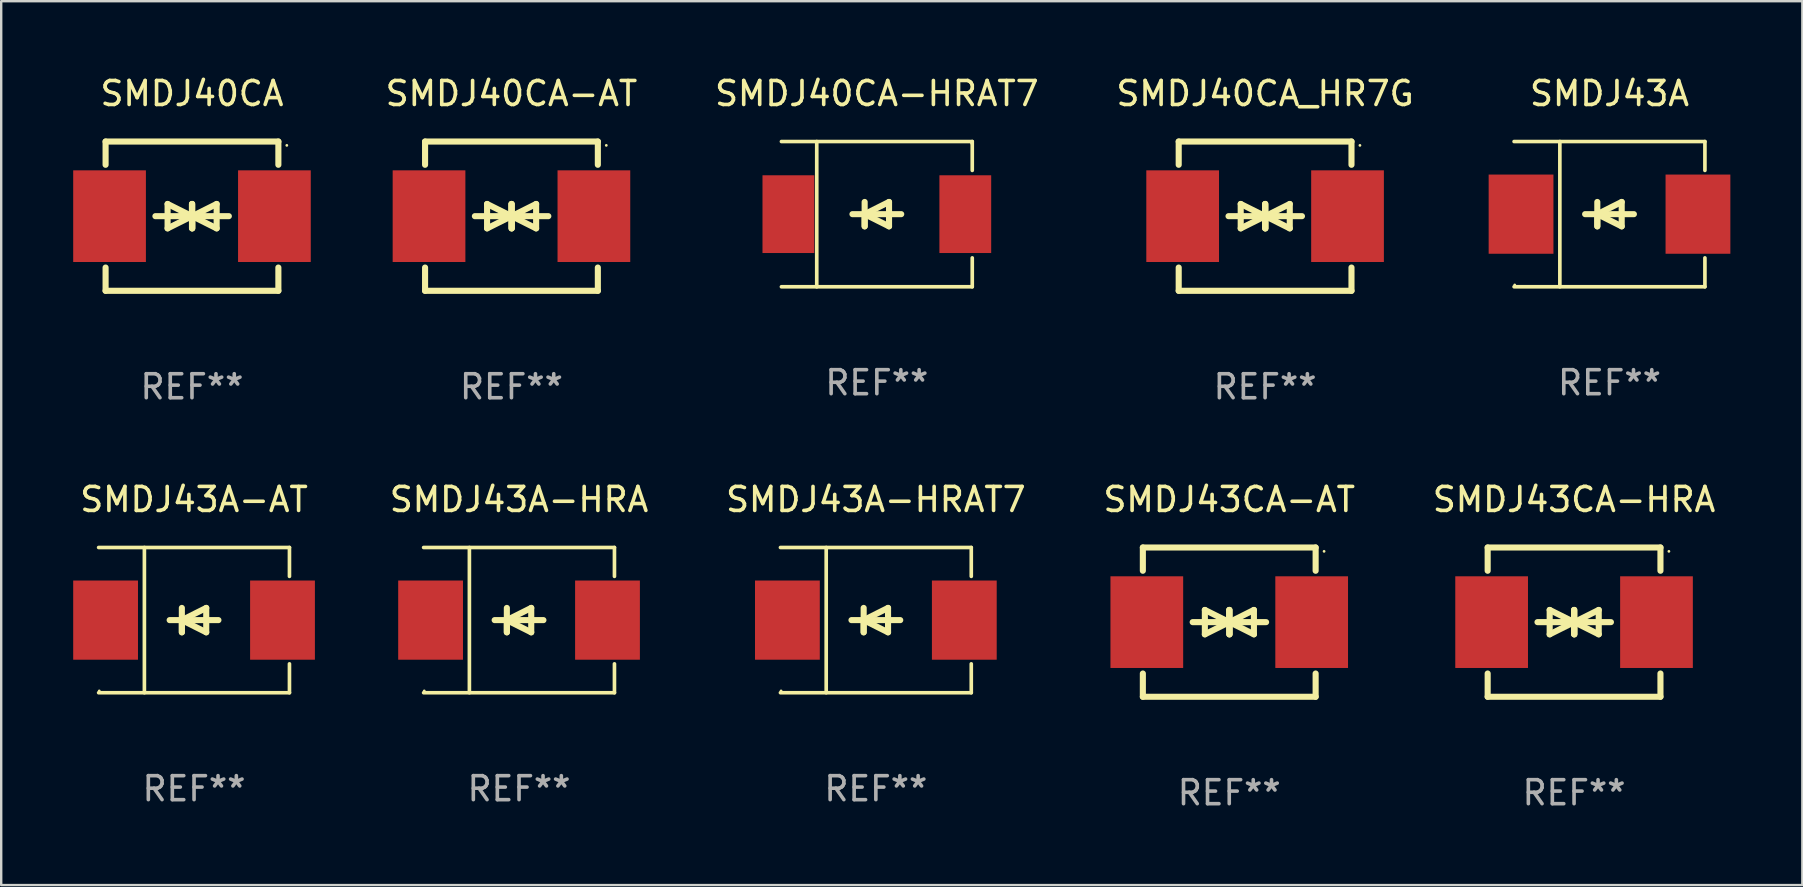
<source format=kicad_pcb>
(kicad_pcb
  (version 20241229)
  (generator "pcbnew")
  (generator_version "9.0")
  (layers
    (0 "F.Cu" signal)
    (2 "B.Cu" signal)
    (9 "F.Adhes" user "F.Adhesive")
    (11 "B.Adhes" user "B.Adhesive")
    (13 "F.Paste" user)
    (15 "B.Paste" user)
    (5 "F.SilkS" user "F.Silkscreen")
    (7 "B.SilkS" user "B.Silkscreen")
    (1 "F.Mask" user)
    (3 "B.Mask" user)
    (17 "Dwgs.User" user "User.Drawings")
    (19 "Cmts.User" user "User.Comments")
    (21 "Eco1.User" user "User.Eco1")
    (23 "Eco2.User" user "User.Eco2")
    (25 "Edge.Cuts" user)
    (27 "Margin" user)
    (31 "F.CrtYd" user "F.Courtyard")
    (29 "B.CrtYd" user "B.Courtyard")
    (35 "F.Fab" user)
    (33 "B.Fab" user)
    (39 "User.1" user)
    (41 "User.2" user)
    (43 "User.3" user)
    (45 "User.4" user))
  (footprint "SMDJ40CA-AT"
    (layer "F.Cu")
    (at 18.263 5.958)
    (property "Reference" "SMDJ40CA-AT" (at 0 -5.11 0) (layer "F.SilkS") (effects (font (size 1 1) (thickness 0.15))))
    (attr through_hole)
    (fp_line (start -3.6 -2.141) (end -3.6 -3.11) (stroke (width 0.254) (type solid)) (layer "F.SilkS"))
    (fp_line (start -3.6 3.11) (end -3.6 2.141) (stroke (width 0.254) (type solid)) (layer "F.SilkS"))
    (fp_line (start -1.524 0) (end 0.508 0) (stroke (width 0.254) (type solid)) (layer "F.SilkS"))
    (fp_line (start -1.016 -0.508) (end -1.016 0.508) (stroke (width 0.254) (type solid)) (layer "F.SilkS"))
    (fp_line (start -1.016 0.508) (end 0 0) (stroke (width 0.254) (type solid)) (layer "F.SilkS"))
    (fp_line (start 0 -0.508) (end 0 0.508) (stroke (width 0.254) (type solid)) (layer "F.SilkS"))
    (fp_line (start 0 0) (end -1.016 -0.508) (stroke (width 0.254) (type solid)) (layer "F.SilkS"))
    (fp_line (start 0 0) (end 0 -0.508) (stroke (width 0.254) (type solid)) (layer "F.SilkS"))
    (fp_line (start 0.012 0) (end 0.012 0.508) (stroke (width 0.254) (type solid)) (layer "F.SilkS"))
    (fp_line (start 0.012 0) (end 1.028 0.508) (stroke (width 0.254) (type solid)) (layer "F.SilkS"))
    (fp_line (start 0.012 0.508) (end 0.012 -0.508) (stroke (width 0.254) (type solid)) (layer "F.SilkS"))
    (fp_line (start 1.028 -0.508) (end 0.012 0) (stroke (width 0.254) (type solid)) (layer "F.SilkS"))
    (fp_line (start 1.028 0.508) (end 1.028 -0.508) (stroke (width 0.254) (type solid)) (layer "F.SilkS"))
    (fp_line (start 1.536 0) (end -0.496 0) (stroke (width 0.254) (type solid)) (layer "F.SilkS"))
    (fp_line (start 3.6 -3.11) (end -3.6 -3.11) (stroke (width 0.254) (type solid)) (layer "F.SilkS"))
    (fp_line (start 3.6 -2.141) (end 3.6 -3.11) (stroke (width 0.254) (type solid)) (layer "F.SilkS"))
    (fp_line (start 3.6 3.11) (end -3.6 3.11) (stroke (width 0.254) (type solid)) (layer "F.SilkS"))
    (fp_line (start 3.6 3.11) (end 3.6 2.141) (stroke (width 0.254) (type solid)) (layer "F.SilkS"))
    (fp_circle (center 3.952 -2.95) (end 3.982 -2.95) (stroke (width 0.06) (type solid)) (fill no) (layer "F.SilkS"))
    (fp_text user "REF**" (at 0 7.11 0) (layer "F.Fab") (effects (font (size 1 1) (thickness 0.15))))
    (pad "1" smd rect (at 3.435 0) (size 3.03 3.82) (layers "F.Cu" "F.Mask" "F.Paste"))
    (pad "2" smd rect (at -3.435 0) (size 3.03 3.82) (layers "F.Cu" "F.Mask" "F.Paste")))
  (footprint "SMDJ43CA-HRA"
    (layer "F.Cu")
    (at 62.543 22.875)
    (property "Reference" "SMDJ43CA-HRA" (at 0 -5.11 0) (layer "F.SilkS") (effects (font (size 1 1) (thickness 0.15))))
    (attr through_hole)
    (fp_line (start -3.6 -2.141) (end -3.6 -3.11) (stroke (width 0.254) (type solid)) (layer "F.SilkS"))
    (fp_line (start -3.6 3.11) (end -3.6 2.141) (stroke (width 0.254) (type solid)) (layer "F.SilkS"))
    (fp_line (start -1.524 0) (end 0.508 0) (stroke (width 0.254) (type solid)) (layer "F.SilkS"))
    (fp_line (start -1.016 -0.508) (end -1.016 0.508) (stroke (width 0.254) (type solid)) (layer "F.SilkS"))
    (fp_line (start -1.016 0.508) (end 0 0) (stroke (width 0.254) (type solid)) (layer "F.SilkS"))
    (fp_line (start 0 -0.508) (end 0 0.508) (stroke (width 0.254) (type solid)) (layer "F.SilkS"))
    (fp_line (start 0 0) (end -1.016 -0.508) (stroke (width 0.254) (type solid)) (layer "F.SilkS"))
    (fp_line (start 0 0) (end 0 -0.508) (stroke (width 0.254) (type solid)) (layer "F.SilkS"))
    (fp_line (start 0.012 0) (end 0.012 0.508) (stroke (width 0.254) (type solid)) (layer "F.SilkS"))
    (fp_line (start 0.012 0) (end 1.028 0.508) (stroke (width 0.254) (type solid)) (layer "F.SilkS"))
    (fp_line (start 0.012 0.508) (end 0.012 -0.508) (stroke (width 0.254) (type solid)) (layer "F.SilkS"))
    (fp_line (start 1.028 -0.508) (end 0.012 0) (stroke (width 0.254) (type solid)) (layer "F.SilkS"))
    (fp_line (start 1.028 0.508) (end 1.028 -0.508) (stroke (width 0.254) (type solid)) (layer "F.SilkS"))
    (fp_line (start 1.536 0) (end -0.496 0) (stroke (width 0.254) (type solid)) (layer "F.SilkS"))
    (fp_line (start 3.6 -3.11) (end -3.6 -3.11) (stroke (width 0.254) (type solid)) (layer "F.SilkS"))
    (fp_line (start 3.6 -2.141) (end 3.6 -3.11) (stroke (width 0.254) (type solid)) (layer "F.SilkS"))
    (fp_line (start 3.6 3.11) (end -3.6 3.11) (stroke (width 0.254) (type solid)) (layer "F.SilkS"))
    (fp_line (start 3.6 3.11) (end 3.6 2.141) (stroke (width 0.254) (type solid)) (layer "F.SilkS"))
    (fp_circle (center 3.952 -2.95) (end 3.982 -2.95) (stroke (width 0.06) (type solid)) (fill no) (layer "F.SilkS"))
    (fp_text user "REF**" (at 0 7.11 0) (layer "F.Fab") (effects (font (size 1 1) (thickness 0.15))))
    (pad "1" smd rect (at 3.435 0) (size 3.03 3.82) (layers "F.Cu" "F.Mask" "F.Paste"))
    (pad "2" smd rect (at -3.435 0) (size 3.03 3.82) (layers "F.Cu" "F.Mask" "F.Paste")))
  (footprint "SMDJ40CA_HR7G"
    (layer "F.Cu")
    (at 49.668 5.958)
    (property "Reference" "SMDJ40CA_HR7G" (at 0 -5.11 0) (layer "F.SilkS") (effects (font (size 1 1) (thickness 0.15))))
    (attr through_hole)
    (fp_line (start -3.6 -2.141) (end -3.6 -3.11) (stroke (width 0.254) (type solid)) (layer "F.SilkS"))
    (fp_line (start -3.6 3.11) (end -3.6 2.141) (stroke (width 0.254) (type solid)) (layer "F.SilkS"))
    (fp_line (start -1.524 0) (end 0.508 0) (stroke (width 0.254) (type solid)) (layer "F.SilkS"))
    (fp_line (start -1.016 -0.508) (end -1.016 0.508) (stroke (width 0.254) (type solid)) (layer "F.SilkS"))
    (fp_line (start -1.016 0.508) (end 0 0) (stroke (width 0.254) (type solid)) (layer "F.SilkS"))
    (fp_line (start 0 -0.508) (end 0 0.508) (stroke (width 0.254) (type solid)) (layer "F.SilkS"))
    (fp_line (start 0 0) (end -1.016 -0.508) (stroke (width 0.254) (type solid)) (layer "F.SilkS"))
    (fp_line (start 0 0) (end 0 -0.508) (stroke (width 0.254) (type solid)) (layer "F.SilkS"))
    (fp_line (start 0.012 0) (end 0.012 0.508) (stroke (width 0.254) (type solid)) (layer "F.SilkS"))
    (fp_line (start 0.012 0) (end 1.028 0.508) (stroke (width 0.254) (type solid)) (layer "F.SilkS"))
    (fp_line (start 0.012 0.508) (end 0.012 -0.508) (stroke (width 0.254) (type solid)) (layer "F.SilkS"))
    (fp_line (start 1.028 -0.508) (end 0.012 0) (stroke (width 0.254) (type solid)) (layer "F.SilkS"))
    (fp_line (start 1.028 0.508) (end 1.028 -0.508) (stroke (width 0.254) (type solid)) (layer "F.SilkS"))
    (fp_line (start 1.536 0) (end -0.496 0) (stroke (width 0.254) (type solid)) (layer "F.SilkS"))
    (fp_line (start 3.6 -3.11) (end -3.6 -3.11) (stroke (width 0.254) (type solid)) (layer "F.SilkS"))
    (fp_line (start 3.6 -2.141) (end 3.6 -3.11) (stroke (width 0.254) (type solid)) (layer "F.SilkS"))
    (fp_line (start 3.6 3.11) (end -3.6 3.11) (stroke (width 0.254) (type solid)) (layer "F.SilkS"))
    (fp_line (start 3.6 3.11) (end 3.6 2.141) (stroke (width 0.254) (type solid)) (layer "F.SilkS"))
    (fp_circle (center 3.952 -2.95) (end 3.982 -2.95) (stroke (width 0.06) (type solid)) (fill no) (layer "F.SilkS"))
    (fp_text user "REF**" (at 0 7.11 0) (layer "F.Fab") (effects (font (size 1 1) (thickness 0.15))))
    (pad "1" smd rect (at 3.435 0) (size 3.03 3.82) (layers "F.Cu" "F.Mask" "F.Paste"))
    (pad "2" smd rect (at -3.435 0) (size 3.03 3.82) (layers "F.Cu" "F.Mask" "F.Paste")))
  (footprint "SMDJ43A-HRAT7"
    (layer "F.Cu")
    (at 33.448 22.791)
    (property "Reference" "SMDJ43A-HRAT7" (at 0 -5.026 0) (layer "F.SilkS") (effects (font (size 1 1) (thickness 0.15))))
    (attr through_hole)
    (fp_line (start -3.976 -3.026) (end 3.976 -3.026) (stroke (width 0.152) (type solid)) (layer "F.SilkS"))
    (fp_line (start -3.976 3.026) (end 3.976 3.026) (stroke (width 0.152) (type solid)) (layer "F.SilkS"))
    (fp_line (start -2.069 -3.026) (end -2.069 3.026) (stroke (width 0.152) (type solid)) (layer "F.SilkS"))
    (fp_line (start -0.508 0) (end -0.508 0.508) (stroke (width 0.254) (type solid)) (layer "F.SilkS"))
    (fp_line (start -0.508 0) (end 0.508 0.508) (stroke (width 0.254) (type solid)) (layer "F.SilkS"))
    (fp_line (start -0.508 0.508) (end -0.508 -0.508) (stroke (width 0.254) (type solid)) (layer "F.SilkS"))
    (fp_line (start 0.508 -0.508) (end -0.508 0) (stroke (width 0.254) (type solid)) (layer "F.SilkS"))
    (fp_line (start 0.508 0.508) (end 0.508 -0.508) (stroke (width 0.254) (type solid)) (layer "F.SilkS"))
    (fp_line (start 1.016 0) (end -1.016 0) (stroke (width 0.254) (type solid)) (layer "F.SilkS"))
    (fp_line (start 3.976 -3.026) (end 3.976 -1.823) (stroke (width 0.152) (type solid)) (layer "F.SilkS"))
    (fp_line (start 3.976 3.026) (end 3.976 1.823) (stroke (width 0.152) (type solid)) (layer "F.SilkS"))
    (fp_circle (center -3.95 2.95) (end -3.92 2.95) (stroke (width 0.06) (type solid)) (fill no) (layer "F.SilkS"))
    (fp_text user "REF**" (at 0 7.026 0) (layer "F.Fab") (effects (font (size 1 1) (thickness 0.15))))
    (pad "1" smd rect (at -3.686 0) (size 2.7 3.3) (layers "F.Cu" "F.Mask" "F.Paste"))
    (pad "2" smd rect (at 3.686 0) (size 2.7 3.3) (layers "F.Cu" "F.Mask" "F.Paste")))
  (footprint "SMDJ40CA"
    (layer "F.Cu")
    (at 4.95 5.958)
    (property "Reference" "SMDJ40CA" (at 0 -5.11 0) (layer "F.SilkS") (effects (font (size 1 1) (thickness 0.15))))
    (attr through_hole)
    (fp_line (start -3.6 -2.141) (end -3.6 -3.11) (stroke (width 0.254) (type solid)) (layer "F.SilkS"))
    (fp_line (start -3.6 3.11) (end -3.6 2.141) (stroke (width 0.254) (type solid)) (layer "F.SilkS"))
    (fp_line (start -1.524 0) (end 0.508 0) (stroke (width 0.254) (type solid)) (layer "F.SilkS"))
    (fp_line (start -1.016 -0.508) (end -1.016 0.508) (stroke (width 0.254) (type solid)) (layer "F.SilkS"))
    (fp_line (start -1.016 0.508) (end 0 0) (stroke (width 0.254) (type solid)) (layer "F.SilkS"))
    (fp_line (start 0 -0.508) (end 0 0.508) (stroke (width 0.254) (type solid)) (layer "F.SilkS"))
    (fp_line (start 0 0) (end -1.016 -0.508) (stroke (width 0.254) (type solid)) (layer "F.SilkS"))
    (fp_line (start 0 0) (end 0 -0.508) (stroke (width 0.254) (type solid)) (layer "F.SilkS"))
    (fp_line (start 0.012 0) (end 0.012 0.508) (stroke (width 0.254) (type solid)) (layer "F.SilkS"))
    (fp_line (start 0.012 0) (end 1.028 0.508) (stroke (width 0.254) (type solid)) (layer "F.SilkS"))
    (fp_line (start 0.012 0.508) (end 0.012 -0.508) (stroke (width 0.254) (type solid)) (layer "F.SilkS"))
    (fp_line (start 1.028 -0.508) (end 0.012 0) (stroke (width 0.254) (type solid)) (layer "F.SilkS"))
    (fp_line (start 1.028 0.508) (end 1.028 -0.508) (stroke (width 0.254) (type solid)) (layer "F.SilkS"))
    (fp_line (start 1.536 0) (end -0.496 0) (stroke (width 0.254) (type solid)) (layer "F.SilkS"))
    (fp_line (start 3.6 -3.11) (end -3.6 -3.11) (stroke (width 0.254) (type solid)) (layer "F.SilkS"))
    (fp_line (start 3.6 -2.141) (end 3.6 -3.11) (stroke (width 0.254) (type solid)) (layer "F.SilkS"))
    (fp_line (start 3.6 3.11) (end -3.6 3.11) (stroke (width 0.254) (type solid)) (layer "F.SilkS"))
    (fp_line (start 3.6 3.11) (end 3.6 2.141) (stroke (width 0.254) (type solid)) (layer "F.SilkS"))
    (fp_circle (center 3.952 -2.95) (end 3.982 -2.95) (stroke (width 0.06) (type solid)) (fill no) (layer "F.SilkS"))
    (fp_text user "REF**" (at 0 7.11 0) (layer "F.Fab") (effects (font (size 1 1) (thickness 0.15))))
    (pad "1" smd rect (at 3.435 0) (size 3.03 3.82) (layers "F.Cu" "F.Mask" "F.Paste"))
    (pad "2" smd rect (at -3.435 0) (size 3.03 3.82) (layers "F.Cu" "F.Mask" "F.Paste")))
  (footprint "SMDJ43A-HRA"
    (layer "F.Cu")
    (at 18.579 22.791)
    (property "Reference" "SMDJ43A-HRA" (at 0 -5.026 0) (layer "F.SilkS") (effects (font (size 1 1) (thickness 0.15))))
    (attr through_hole)
    (fp_line (start -3.976 -3.026) (end 3.976 -3.026) (stroke (width 0.152) (type solid)) (layer "F.SilkS"))
    (fp_line (start -3.976 3.026) (end 3.976 3.026) (stroke (width 0.152) (type solid)) (layer "F.SilkS"))
    (fp_line (start -2.069 -3.026) (end -2.069 3.026) (stroke (width 0.152) (type solid)) (layer "F.SilkS"))
    (fp_line (start -0.508 0) (end -0.508 0.508) (stroke (width 0.254) (type solid)) (layer "F.SilkS"))
    (fp_line (start -0.508 0) (end 0.508 0.508) (stroke (width 0.254) (type solid)) (layer "F.SilkS"))
    (fp_line (start -0.508 0.508) (end -0.508 -0.508) (stroke (width 0.254) (type solid)) (layer "F.SilkS"))
    (fp_line (start 0.508 -0.508) (end -0.508 0) (stroke (width 0.254) (type solid)) (layer "F.SilkS"))
    (fp_line (start 0.508 0.508) (end 0.508 -0.508) (stroke (width 0.254) (type solid)) (layer "F.SilkS"))
    (fp_line (start 1.016 0) (end -1.016 0) (stroke (width 0.254) (type solid)) (layer "F.SilkS"))
    (fp_line (start 3.976 -3.026) (end 3.976 -1.823) (stroke (width 0.152) (type solid)) (layer "F.SilkS"))
    (fp_line (start 3.976 3.026) (end 3.976 1.823) (stroke (width 0.152) (type solid)) (layer "F.SilkS"))
    (fp_circle (center -3.95 2.95) (end -3.92 2.95) (stroke (width 0.06) (type solid)) (fill no) (layer "F.SilkS"))
    (fp_text user "REF**" (at 0 7.026 0) (layer "F.Fab") (effects (font (size 1 1) (thickness 0.15))))
    (pad "1" smd rect (at -3.686 0) (size 2.7 3.3) (layers "F.Cu" "F.Mask" "F.Paste"))
    (pad "2" smd rect (at 3.686 0) (size 2.7 3.3) (layers "F.Cu" "F.Mask" "F.Paste")))
  (footprint "SMDJ43A"
    (layer "F.Cu")
    (at 64.02 5.874)
    (property "Reference" "SMDJ43A" (at 0 -5.026 0) (layer "F.SilkS") (effects (font (size 1 1) (thickness 0.15))))
    (attr through_hole)
    (fp_line (start -3.976 -3.026) (end 3.976 -3.026) (stroke (width 0.152) (type solid)) (layer "F.SilkS"))
    (fp_line (start -3.976 3.026) (end 3.976 3.026) (stroke (width 0.152) (type solid)) (layer "F.SilkS"))
    (fp_line (start -2.069 -3.026) (end -2.069 3.026) (stroke (width 0.152) (type solid)) (layer "F.SilkS"))
    (fp_line (start -0.508 0) (end -0.508 0.508) (stroke (width 0.254) (type solid)) (layer "F.SilkS"))
    (fp_line (start -0.508 0) (end 0.508 0.508) (stroke (width 0.254) (type solid)) (layer "F.SilkS"))
    (fp_line (start -0.508 0.508) (end -0.508 -0.508) (stroke (width 0.254) (type solid)) (layer "F.SilkS"))
    (fp_line (start 0.508 -0.508) (end -0.508 0) (stroke (width 0.254) (type solid)) (layer "F.SilkS"))
    (fp_line (start 0.508 0.508) (end 0.508 -0.508) (stroke (width 0.254) (type solid)) (layer "F.SilkS"))
    (fp_line (start 1.016 0) (end -1.016 0) (stroke (width 0.254) (type solid)) (layer "F.SilkS"))
    (fp_line (start 3.976 -3.026) (end 3.976 -1.823) (stroke (width 0.152) (type solid)) (layer "F.SilkS"))
    (fp_line (start 3.976 3.026) (end 3.976 1.823) (stroke (width 0.152) (type solid)) (layer "F.SilkS"))
    (fp_circle (center -3.95 2.95) (end -3.92 2.95) (stroke (width 0.06) (type solid)) (fill no) (layer "F.SilkS"))
    (fp_text user "REF**" (at 0 7.026 0) (layer "F.Fab") (effects (font (size 1 1) (thickness 0.15))))
    (pad "1" smd rect (at -3.686 0) (size 2.7 3.3) (layers "F.Cu" "F.Mask" "F.Paste"))
    (pad "2" smd rect (at 3.686 0) (size 2.7 3.3) (layers "F.Cu" "F.Mask" "F.Paste")))
  (footprint "SMDJ40CA-HRAT7"
    (layer "F.Cu")
    (at 33.489 5.874)
    (property "Reference" "SMDJ40CA-HRAT7" (at 0 -5.026 0) (layer "F.SilkS") (effects (font (size 1 1) (thickness 0.15))))
    (attr through_hole)
    (fp_line (start -3.976 -3.026) (end 3.976 -3.026) (stroke (width 0.152) (type solid)) (layer "F.SilkS"))
    (fp_line (start -3.976 3.026) (end 3.976 3.026) (stroke (width 0.152) (type solid)) (layer "F.SilkS"))
    (fp_line (start -2.504 -3.026) (end -2.504 3.026) (stroke (width 0.152) (type solid)) (layer "F.SilkS"))
    (fp_line (start -0.508 0) (end -0.508 0.508) (stroke (width 0.254) (type solid)) (layer "F.SilkS"))
    (fp_line (start -0.508 0) (end 0.508 0.508) (stroke (width 0.254) (type solid)) (layer "F.SilkS"))
    (fp_line (start -0.508 0.508) (end -0.508 -0.508) (stroke (width 0.254) (type solid)) (layer "F.SilkS"))
    (fp_line (start 0.508 -0.508) (end -0.508 0) (stroke (width 0.254) (type solid)) (layer "F.SilkS"))
    (fp_line (start 0.508 0.508) (end 0.508 -0.508) (stroke (width 0.254) (type solid)) (layer "F.SilkS"))
    (fp_line (start 1.016 0) (end -1.016 0) (stroke (width 0.254) (type solid)) (layer "F.SilkS"))
    (fp_line (start 3.976 -3.026) (end 3.976 -1.823) (stroke (width 0.152) (type solid)) (layer "F.SilkS"))
    (fp_line (start 3.976 3.026) (end 3.976 1.823) (stroke (width 0.152) (type solid)) (layer "F.SilkS"))
    (fp_circle (center 3.95 -2.95) (end 3.98 -2.95) (stroke (width 0.06) (type solid)) (fill no) (layer "F.SilkS"))
    (fp_text user "REF**" (at 0 7.026 0) (layer "F.Fab") (effects (font (size 1 1) (thickness 0.15))))
    (pad "1" smd rect (at 3.686 0 180) (size 2.158 3.24) (layers "F.Cu" "F.Mask" "F.Paste"))
    (pad "2" smd rect (at -3.686 0 180) (size 2.158 3.24) (layers "F.Cu" "F.Mask" "F.Paste")))
  (footprint "SMDJ43A-AT"
    (layer "F.Cu")
    (at 5.036 22.791)
    (property "Reference" "SMDJ43A-AT" (at 0 -5.026 0) (layer "F.SilkS") (effects (font (size 1 1) (thickness 0.15))))
    (attr through_hole)
    (fp_line (start -3.976 -3.026) (end 3.976 -3.026) (stroke (width 0.152) (type solid)) (layer "F.SilkS"))
    (fp_line (start -3.976 3.026) (end 3.976 3.026) (stroke (width 0.152) (type solid)) (layer "F.SilkS"))
    (fp_line (start -2.069 -3.026) (end -2.069 3.026) (stroke (width 0.152) (type solid)) (layer "F.SilkS"))
    (fp_line (start -0.508 0) (end -0.508 0.508) (stroke (width 0.254) (type solid)) (layer "F.SilkS"))
    (fp_line (start -0.508 0) (end 0.508 0.508) (stroke (width 0.254) (type solid)) (layer "F.SilkS"))
    (fp_line (start -0.508 0.508) (end -0.508 -0.508) (stroke (width 0.254) (type solid)) (layer "F.SilkS"))
    (fp_line (start 0.508 -0.508) (end -0.508 0) (stroke (width 0.254) (type solid)) (layer "F.SilkS"))
    (fp_line (start 0.508 0.508) (end 0.508 -0.508) (stroke (width 0.254) (type solid)) (layer "F.SilkS"))
    (fp_line (start 1.016 0) (end -1.016 0) (stroke (width 0.254) (type solid)) (layer "F.SilkS"))
    (fp_line (start 3.976 -3.026) (end 3.976 -1.823) (stroke (width 0.152) (type solid)) (layer "F.SilkS"))
    (fp_line (start 3.976 3.026) (end 3.976 1.823) (stroke (width 0.152) (type solid)) (layer "F.SilkS"))
    (fp_circle (center -3.95 2.95) (end -3.92 2.95) (stroke (width 0.06) (type solid)) (fill no) (layer "F.SilkS"))
    (fp_text user "REF**" (at 0 7.026 0) (layer "F.Fab") (effects (font (size 1 1) (thickness 0.15))))
    (pad "1" smd rect (at -3.686 0) (size 2.7 3.3) (layers "F.Cu" "F.Mask" "F.Paste"))
    (pad "2" smd rect (at 3.686 0) (size 2.7 3.3) (layers "F.Cu" "F.Mask" "F.Paste")))
  (footprint "SMDJ43CA-AT"
    (layer "F.Cu")
    (at 48.174 22.875)
    (property "Reference" "SMDJ43CA-AT" (at 0 -5.11 0) (layer "F.SilkS") (effects (font (size 1 1) (thickness 0.15))))
    (attr through_hole)
    (fp_line (start -3.6 -2.141) (end -3.6 -3.11) (stroke (width 0.254) (type solid)) (layer "F.SilkS"))
    (fp_line (start -3.6 3.11) (end -3.6 2.141) (stroke (width 0.254) (type solid)) (layer "F.SilkS"))
    (fp_line (start -1.524 0) (end 0.508 0) (stroke (width 0.254) (type solid)) (layer "F.SilkS"))
    (fp_line (start -1.016 -0.508) (end -1.016 0.508) (stroke (width 0.254) (type solid)) (layer "F.SilkS"))
    (fp_line (start -1.016 0.508) (end 0 0) (stroke (width 0.254) (type solid)) (layer "F.SilkS"))
    (fp_line (start 0 -0.508) (end 0 0.508) (stroke (width 0.254) (type solid)) (layer "F.SilkS"))
    (fp_line (start 0 0) (end -1.016 -0.508) (stroke (width 0.254) (type solid)) (layer "F.SilkS"))
    (fp_line (start 0 0) (end 0 -0.508) (stroke (width 0.254) (type solid)) (layer "F.SilkS"))
    (fp_line (start 0.012 0) (end 0.012 0.508) (stroke (width 0.254) (type solid)) (layer "F.SilkS"))
    (fp_line (start 0.012 0) (end 1.028 0.508) (stroke (width 0.254) (type solid)) (layer "F.SilkS"))
    (fp_line (start 0.012 0.508) (end 0.012 -0.508) (stroke (width 0.254) (type solid)) (layer "F.SilkS"))
    (fp_line (start 1.028 -0.508) (end 0.012 0) (stroke (width 0.254) (type solid)) (layer "F.SilkS"))
    (fp_line (start 1.028 0.508) (end 1.028 -0.508) (stroke (width 0.254) (type solid)) (layer "F.SilkS"))
    (fp_line (start 1.536 0) (end -0.496 0) (stroke (width 0.254) (type solid)) (layer "F.SilkS"))
    (fp_line (start 3.6 -3.11) (end -3.6 -3.11) (stroke (width 0.254) (type solid)) (layer "F.SilkS"))
    (fp_line (start 3.6 -2.141) (end 3.6 -3.11) (stroke (width 0.254) (type solid)) (layer "F.SilkS"))
    (fp_line (start 3.6 3.11) (end -3.6 3.11) (stroke (width 0.254) (type solid)) (layer "F.SilkS"))
    (fp_line (start 3.6 3.11) (end 3.6 2.141) (stroke (width 0.254) (type solid)) (layer "F.SilkS"))
    (fp_circle (center 3.952 -2.95) (end 3.982 -2.95) (stroke (width 0.06) (type solid)) (fill no) (layer "F.SilkS"))
    (fp_text user "REF**" (at 0 7.11 0) (layer "F.Fab") (effects (font (size 1 1) (thickness 0.15))))
    (pad "1" smd rect (at 3.435 0) (size 3.03 3.82) (layers "F.Cu" "F.Mask" "F.Paste"))
    (pad "2" smd rect (at -3.435 0) (size 3.03 3.82) (layers "F.Cu" "F.Mask" "F.Paste")))
  (gr_rect
    (start -3 -3)
    (end 72.056 33.833)
    (stroke (width 0.1) (type default))
    (fill no)
    (layer "Edge.Cuts")))
</source>
